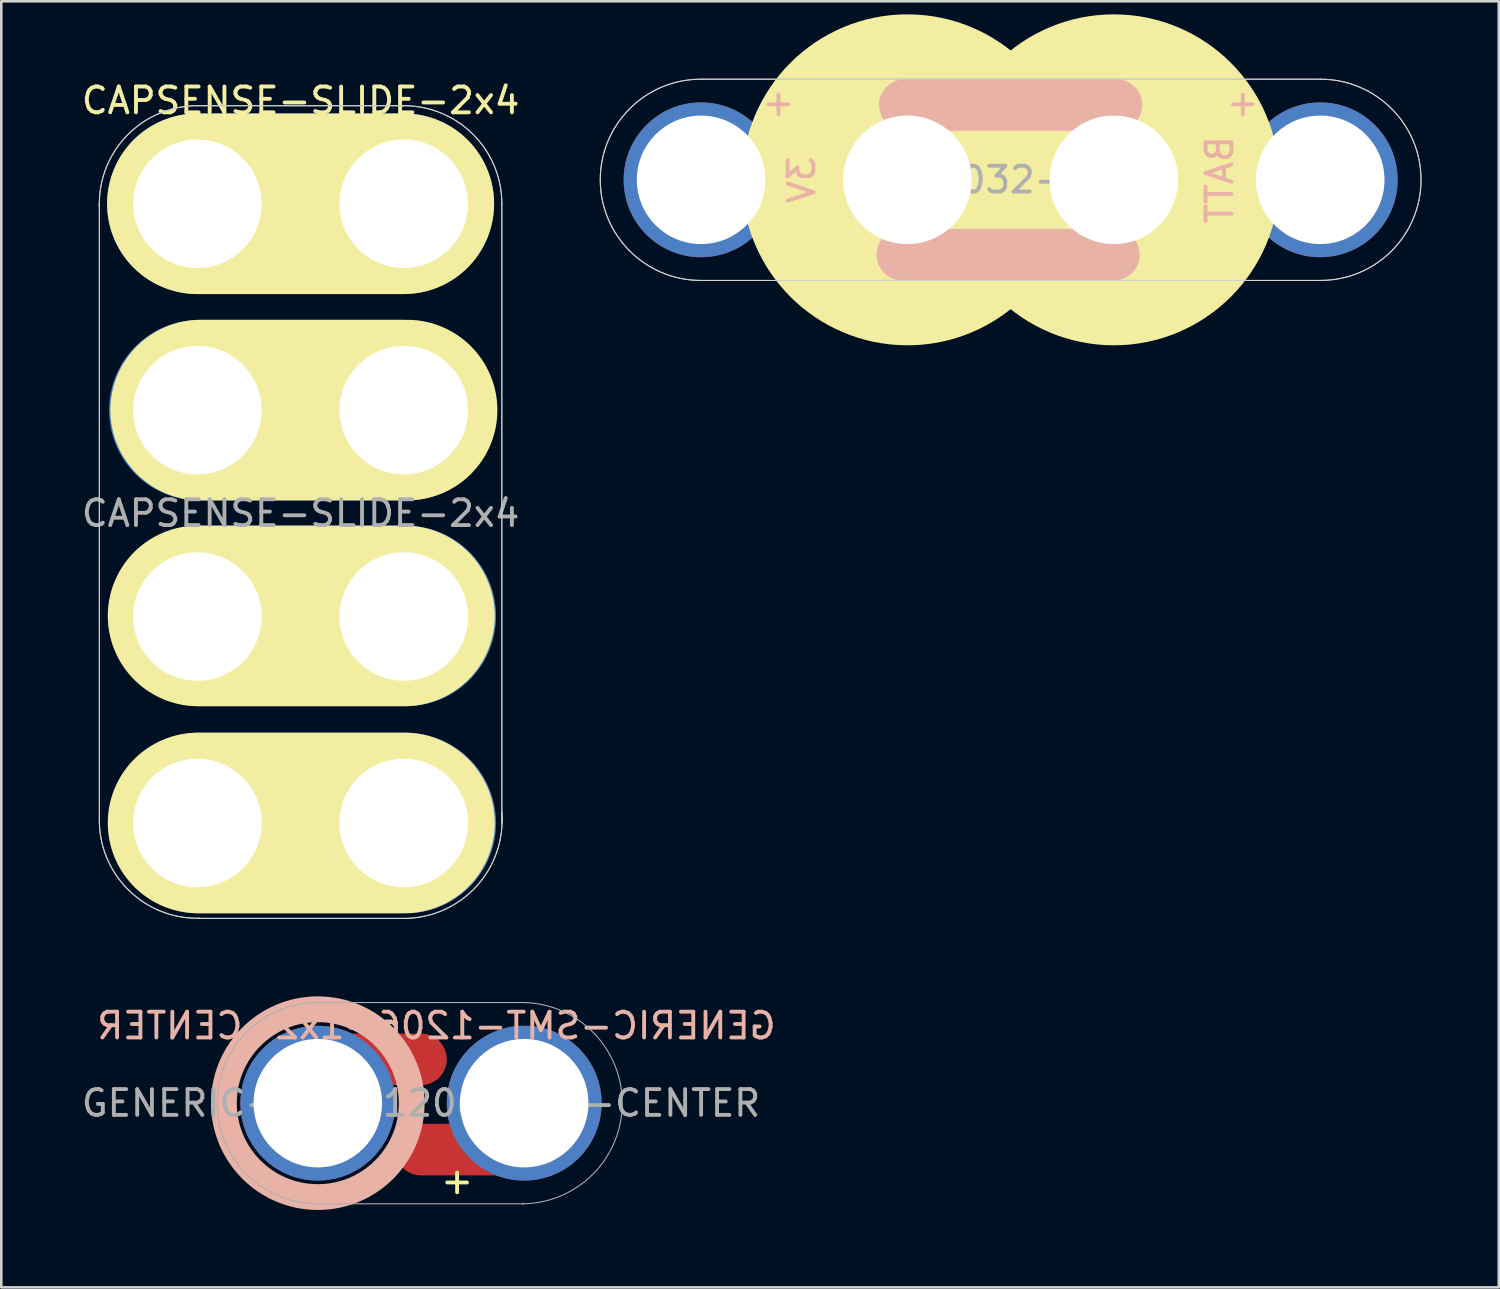
<source format=kicad_pcb>
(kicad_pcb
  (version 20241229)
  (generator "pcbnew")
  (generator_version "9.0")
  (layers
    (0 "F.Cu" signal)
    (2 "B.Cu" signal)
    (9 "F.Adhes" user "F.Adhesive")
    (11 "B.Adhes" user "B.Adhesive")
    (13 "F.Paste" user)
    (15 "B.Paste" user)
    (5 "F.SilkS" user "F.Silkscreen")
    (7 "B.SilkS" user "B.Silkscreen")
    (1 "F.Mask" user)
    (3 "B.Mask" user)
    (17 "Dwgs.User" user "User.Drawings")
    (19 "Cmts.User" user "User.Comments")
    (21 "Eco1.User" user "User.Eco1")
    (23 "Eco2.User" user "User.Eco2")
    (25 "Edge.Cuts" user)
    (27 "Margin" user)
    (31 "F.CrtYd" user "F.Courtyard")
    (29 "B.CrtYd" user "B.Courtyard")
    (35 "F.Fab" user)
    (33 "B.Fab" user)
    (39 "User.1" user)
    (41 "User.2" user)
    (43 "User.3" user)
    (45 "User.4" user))
  (footprint "GENERIC-SMT-1206-1x2-CENTER"
    (layer "F.Cu")
    (at 9.268 39.709)
    (property "Reference" "GENERIC-SMT-1206-1x2-CENTER" (at 4.6 -3 0) (layer "B.SilkS") (effects (font (size 1 1) (thickness 0.15)) (justify mirror)))
    (attr through_hole)
    (fp_line (start 4 -1.7) (end -0.2 -1.7) (stroke (width 2) (type solid)) (layer "F.Cu"))
    (fp_line (start 8.2 1.8) (end 4 1.8) (stroke (width 2) (type solid)) (layer "F.Cu"))
    (fp_circle (center 0 0) (end 1 3.5) (stroke (width 1) (type solid)) (fill no) (layer "B.SilkS"))
    (fp_line (start 8 3.9) (end 0.1 3.9) (stroke (width 0.041) (type solid)) (layer "F.Fab"))
    (fp_line (start 8.1 -3.9) (end -0.1 -3.9) (stroke (width 0.041) (type solid)) (layer "F.Fab"))
    (fp_arc (start 0.1 3.9) (mid -3.900961 0.050004) (end 0 -3.901282) (stroke (width 0.04064) (type solid)) (layer "F.Fab"))
    (fp_arc (start 8 -3.9) (mid 11.801151 0.03192) (end 7.936169 3.901114) (stroke (width 0.04064) (type solid)) (layer "F.Fab"))
    (fp_text user "-" (at 2.4 -3.2 0) (layer "F.SilkS") (effects (font (size 1 1) (thickness 0.15))))
    (fp_text user "+" (at 5.4 3 0) (layer "F.SilkS") (effects (font (size 1 1) (thickness 0.15))))
    (fp_text user "" (at 4 0 90) (layer "B.SilkS") (effects (font (size 1 1) (thickness 0.15)) (justify mirror)))
    (fp_text user "${REFERENCE}" (at 4 0 0) (layer "F.Fab") (effects (font (size 1 1) (thickness 0.15))))
    (pad "+" smd rect (at 4 1.71) (size 1.4 1.4) (layers "F.Cu" "F.Mask" "F.Paste"))
    (pad "+" thru_hole circle (at 8 0) (size 6 6) (drill 4.98) (layers "*.Cu" "*.Mask"))
    (pad "-" thru_hole circle (at 0 0) (size 6 6) (drill 4.98) (layers "*.Cu" "*.Mask"))
    (pad "-" smd rect (at 4 -1.71) (size 1.4 1.5) (layers "F.Cu" "F.Mask" "F.Paste")))
  (footprint "CAPSENSE-SLIDE-2x4"
    (layer "F.Cu")
    (at 4.601 28.848)
    (property "Reference" "CAPSENSE-SLIDE-2x4" (at 4 -28 0) (layer "F.SilkS") (effects (font (size 1 1) (thickness 0.15))))
    (attr through_hole)
    (fp_line (start 8 -24) (end 0 -24) (stroke (width 7) (type solid)) (layer "B.Cu"))
    (fp_line (start 8.076 -15.999) (end 0.076 -15.999) (stroke (width 7) (type solid)) (layer "B.Cu"))
    (fp_line (start 8.076 -8.023) (end 0.076 -8.023) (stroke (width 7) (type solid)) (layer "B.Cu"))
    (fp_line (start 8.076 0.003) (end 0.076 0.003) (stroke (width 7) (type solid)) (layer "B.Cu"))
    (fp_line (start 8 -24) (end 0 -24) (stroke (width 7) (type solid)) (layer "B.Mask"))
    (fp_line (start 8.076 -15.999) (end 0.076 -15.999) (stroke (width 7) (type solid)) (layer "B.Mask"))
    (fp_line (start 8.076 -8.023) (end 0.076 -8.023) (stroke (width 7) (type solid)) (layer "B.Mask"))
    (fp_line (start 8.076 0.003) (end 0.076 0.003) (stroke (width 7) (type solid)) (layer "B.Mask"))
    (fp_line (start 8 -24) (end 0 -24) (stroke (width 7) (type solid)) (layer "F.SilkS"))
    (fp_line (start 8.026 -8.026) (end 0.026 -8.026) (stroke (width 7) (type solid)) (layer "F.SilkS"))
    (fp_line (start 8.026 0) (end 0.026 0) (stroke (width 7) (type solid)) (layer "F.SilkS"))
    (fp_line (start 8.128 -16.002) (end 0.128 -16.002) (stroke (width 7) (type solid)) (layer "F.SilkS"))
    (fp_line (start -3.8 -24) (end -3.8 0) (stroke (width 0.041) (type solid)) (layer "Edge.Cuts"))
    (fp_line (start 0 -27.8) (end 8 -27.8) (stroke (width 0.041) (type solid)) (layer "Edge.Cuts"))
    (fp_line (start 0 3.7) (end 8 3.7) (stroke (width 0.041) (type solid)) (layer "Edge.Cuts"))
    (fp_line (start 11.8 -24) (end 11.8 0) (stroke (width 0.041) (type solid)) (layer "Edge.Cuts"))
    (fp_arc (start -3.8 -23.9) (mid -2.723062 -26.652345) (end 0 -27.801316) (stroke (width 0.04064) (type solid)) (layer "Edge.Cuts"))
    (fp_arc (start 0.09982 3.693368) (mid -2.614068 2.653367) (end -3.8 0) (stroke (width 0.04064) (type solid)) (layer "Edge.Cuts"))
    (fp_arc (start 7.9 -27.8) (mid 10.652345 -26.723062) (end 11.801316 -24) (stroke (width 0.04064) (type solid)) (layer "Edge.Cuts"))
    (fp_arc (start 11.8 -0.411824) (mid 10.799424 2.475303) (end 8 3.7) (stroke (width 0.04064) (type solid)) (layer "Edge.Cuts"))
    (fp_line (start -3.8 -24) (end -3.8 0) (stroke (width 0.041) (type solid)) (layer "F.Fab"))
    (fp_line (start 0 -27.8) (end 8 -27.8) (stroke (width 0.041) (type solid)) (layer "F.Fab"))
    (fp_line (start 0 3.7) (end 8 3.7) (stroke (width 0.041) (type solid)) (layer "F.Fab"))
    (fp_line (start 11.8 -24) (end 11.8 0) (stroke (width 0.041) (type solid)) (layer "F.Fab"))
    (fp_arc (start -3.8 -23.9) (mid -2.723062 -26.652345) (end 0 -27.801316) (stroke (width 0.04064) (type solid)) (layer "F.Fab"))
    (fp_arc (start 0.09982 3.693368) (mid -2.614068 2.653367) (end -3.8 0) (stroke (width 0.04064) (type solid)) (layer "F.Fab"))
    (fp_arc (start 7.9 -27.8) (mid 10.652345 -26.723062) (end 11.801316 -24) (stroke (width 0.04064) (type solid)) (layer "F.Fab"))
    (fp_arc (start 11.8 -0.411824) (mid 10.799424 2.475303) (end 8 3.7) (stroke (width 0.04064) (type solid)) (layer "F.Fab"))
    (fp_text user "${REFERENCE}" (at 4 -12 180) (layer "F.Fab") (effects (font (size 1 1) (thickness 0.15))))
    (pad "1" thru_hole circle (at 0 -24) (size 6 6) (drill 4.98) (layers "*.Cu" "*.Mask"))
    (pad "1" thru_hole circle (at 8 -24) (size 6 6) (drill 4.98) (layers "*.Cu" "*.Mask"))
    (pad "2" thru_hole circle (at 0 -16) (size 6 6) (drill 4.98) (layers "*.Cu" "*.Mask"))
    (pad "2" thru_hole circle (at 8 -16) (size 6 6) (drill 4.98) (layers "*.Cu" "*.Mask"))
    (pad "3" thru_hole circle (at 0 -8) (size 6 6) (drill 4.98) (layers "*.Cu" "*.Mask"))
    (pad "3" thru_hole circle (at 8 -8) (size 6 6) (drill 4.98) (layers "*.Cu" "*.Mask"))
    (pad "4" thru_hole circle (at 0 0) (size 6 6) (drill 4.98) (layers "*.Cu" "*.Mask"))
    (pad "4" thru_hole circle (at 8 0) (size 6 6) (drill 4.98) (layers "*.Cu" "*.Mask")))
  (footprint "CR2032-1x4"
    (layer "F.Cu")
    (at 24.123 3.92)
    (property "Reference" "CR2032-1x4" (at 16 -2.5 0) (layer "F.SilkS") (effects (font (size 1 1) (thickness 0.15))))
    (attr through_hole)
    (fp_line (start 8 0) (end 16 0) (stroke (width 5) (type solid)) (layer "B.Cu"))
    (fp_line (start 8 0) (end 16 0) (stroke (width 5) (type solid)) (layer "B.Mask"))
    (fp_circle (center 8 0) (end 9 1) (stroke (width 5) (type solid)) (fill no) (layer "F.SilkS"))
    (fp_circle (center 16 0) (end 17 1) (stroke (width 5) (type solid)) (fill no) (layer "F.SilkS"))
    (fp_line (start 7.8 2.9) (end 16 2.9) (stroke (width 2) (type solid)) (layer "B.SilkS"))
    (fp_line (start 7.9 -2.9) (end 16.1 -2.9) (stroke (width 2) (type solid)) (layer "B.SilkS"))
    (fp_line (start 24 -3.9) (end 0 -3.9) (stroke (width 0.041) (type solid)) (layer "Edge.Cuts"))
    (fp_line (start 24 3.9) (end 0 3.9) (stroke (width 0.041) (type solid)) (layer "Edge.Cuts"))
    (fp_arc (start 0 3.9) (mid -3.899994 0.006807) (end -0.013614 -3.899976) (stroke (width 0.04064) (type solid)) (layer "Edge.Cuts"))
    (fp_arc (start 24 -3.9) (mid 27.899994 -0.006807) (end 24.013614 3.899976) (stroke (width 0.04064) (type solid)) (layer "Edge.Cuts"))
    (fp_line (start 24 -3.9) (end 0 -3.9) (stroke (width 0.041) (type solid)) (layer "F.Fab"))
    (fp_line (start 24 3.9) (end 0 3.9) (stroke (width 0.041) (type solid)) (layer "F.Fab"))
    (fp_arc (start 0 3.9) (mid -3.899994 0.006807) (end -0.013614 -3.899976) (stroke (width 0.04064) (type solid)) (layer "F.Fab"))
    (fp_arc (start 24 -3.9) (mid 27.899994 -0.006807) (end 24.013614 3.899976) (stroke (width 0.04064) (type solid)) (layer "F.Fab"))
    (fp_text user "3V" (at 3.9 0 90) (layer "B.SilkS") (effects (font (size 1 1) (thickness 0.15)) (justify mirror)))
    (fp_text user "+" (at 3 -3 0) (layer "B.SilkS") (effects (font (size 1 1) (thickness 0.15)) (justify mirror)))
    (fp_text user "BATT" (at 20.1 0 90) (layer "B.SilkS") (effects (font (size 1 1) (thickness 0.15)) (justify mirror)))
    (fp_text user "+" (at 21 -3 0) (layer "B.SilkS") (effects (font (size 1 1) (thickness 0.15)) (justify mirror)))
    (fp_text user "${REFERENCE}" (at 12 0 0) (layer "F.Fab") (effects (font (size 1 1) (thickness 0.15))))
    (pad "1" thru_hole circle (at 0 0) (size 6 6) (drill 4.98) (layers "*.Cu" "*.Mask"))
    (pad "1" thru_hole circle (at 24 0) (size 6 6) (drill 4.98) (layers "*.Cu" "*.Mask"))
    (pad "GND" thru_hole circle (at 8 0) (size 6 6) (drill 4.98) (layers "*.Cu" "*.Mask"))
    (pad "GND" smd rect (at 11.932 0) (size 15 5.56) (layers "F.Cu" "F.Mask" "F.Paste"))
    (pad "GND" thru_hole circle (at 16 0) (size 6 6) (drill 4.98) (layers "*.Cu" "*.Mask")))
  (gr_rect
    (start -3 -3)
    (end 55.043 46.849)
    (stroke (width 0.1) (type default))
    (fill no)
    (layer "Edge.Cuts")))
</source>
